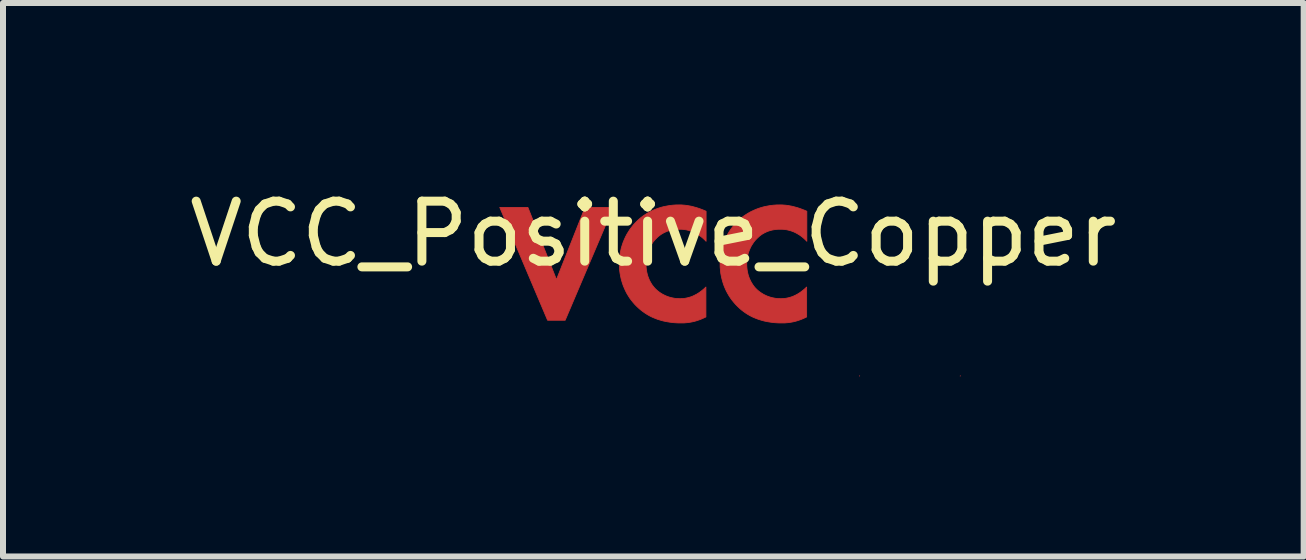
<source format=kicad_pcb>
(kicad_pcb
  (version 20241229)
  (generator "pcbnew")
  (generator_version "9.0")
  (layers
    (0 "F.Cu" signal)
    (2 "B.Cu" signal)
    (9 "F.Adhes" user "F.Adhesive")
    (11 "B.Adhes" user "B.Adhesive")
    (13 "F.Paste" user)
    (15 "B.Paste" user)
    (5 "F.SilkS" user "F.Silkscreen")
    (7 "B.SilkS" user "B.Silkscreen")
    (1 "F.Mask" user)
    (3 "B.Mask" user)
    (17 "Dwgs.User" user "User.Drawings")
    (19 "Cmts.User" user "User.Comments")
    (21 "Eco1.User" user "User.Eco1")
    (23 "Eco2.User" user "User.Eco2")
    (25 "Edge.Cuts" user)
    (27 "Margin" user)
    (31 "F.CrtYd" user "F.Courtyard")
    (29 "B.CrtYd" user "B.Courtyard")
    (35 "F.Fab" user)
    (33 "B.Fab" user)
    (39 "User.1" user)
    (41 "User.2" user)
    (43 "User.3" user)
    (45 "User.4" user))
  (footprint "VCC_Positive_Copper"
    (layer "F.Cu")
    (at 7.839 1.348)
    (property "Reference" "VCC_Positive_Copper" (at 0 -0.5 0) (unlocked yes) (layer "F.SilkS") (effects (font (size 1 1) (thickness 0.15))))
    (fp_poly (pts (xy 3.436 1.87) (xy 3.436 1.868) (xy 3.44 1.866)) (stroke (width 0.013) (type solid)) (fill yes) (layer "F.Cu"))
    (fp_poly (pts (xy 5.115 1.87) (xy 5.115 1.868) (xy 5.119 1.866)) (stroke (width 0.013) (type solid)) (fill yes) (layer "F.Cu"))
    (fp_poly (pts (xy -1.614 0.262) (xy -1.138 -0.941) (xy -0.669 -0.941) (xy -1.469 0.94) (xy -1.762 0.94) (xy -2.559 -0.941) (xy -2.09 -0.941)) (stroke (width 0.013) (type solid)) (fill yes) (layer "F.Cu"))
    (fp_poly (pts (xy 0.452 -0.983) (xy 0.476 -0.982) (xy 0.5 -0.98) (xy 0.525 -0.978) (xy 0.551 -0.975) (xy 0.577 -0.971) (xy 0.604 -0.966) (xy 0.632 -0.961) (xy 0.66 -0.954) (xy 0.689 -0.946) (xy 0.719 -0.938) (xy 0.749 -0.928) (xy 0.781 -0.917) (xy 0.813 -0.905) (xy 0.846 -0.892) (xy 0.88 -0.877) (xy 0.88 -0.376) (xy 0.862 -0.395) (xy 0.842 -0.414) (xy 0.821 -0.433) (xy 0.799 -0.451) (xy 0.776 -0.468) (xy 0.752 -0.485) (xy 0.726 -0.5) (xy 0.699 -0.515) (xy 0.671 -0.529) (xy 0.642 -0.541) (xy 0.611 -0.551) (xy 0.596 -0.556) (xy 0.579 -0.56) (xy 0.563 -0.564) (xy 0.546 -0.568) (xy 0.529 -0.57) (xy 0.512 -0.573) (xy 0.494 -0.575) (xy 0.476 -0.576) (xy 0.458 -0.577) (xy 0.439 -0.577) (xy 0.41 -0.577) (xy 0.381 -0.575) (xy 0.353 -0.572) (xy 0.326 -0.568) (xy 0.299 -0.563) (xy 0.274 -0.556) (xy 0.249 -0.549) (xy 0.224 -0.54) (xy 0.201 -0.53) (xy 0.178 -0.519) (xy 0.156 -0.507) (xy 0.134 -0.494) (xy 0.113 -0.479) (xy 0.093 -0.464) (xy 0.073 -0.447) (xy 0.055 -0.429) (xy 0.035 -0.409) (xy 0.017 -0.389) (xy -0.001 -0.367) (xy -0.018 -0.343) (xy -0.033 -0.319) (xy -0.048 -0.294) (xy -0.061 -0.268) (xy -0.073 -0.241) (xy -0.084 -0.213) (xy -0.094 -0.185) (xy -0.102 -0.155) (xy -0.109 -0.125) (xy -0.115 -0.093) (xy -0.119 -0.061) (xy -0.121 -0.029) (xy -0.122 0.005) (xy -0.121 0.04) (xy -0.118 0.075) (xy -0.114 0.108) (xy -0.108 0.14) (xy -0.101 0.17) (xy -0.093 0.199) (xy -0.083 0.227) (xy -0.072 0.254) (xy -0.061 0.279) (xy -0.048 0.303) (xy -0.035 0.326) (xy -0.021 0.348) (xy -0.006 0.368) (xy 0.009 0.387) (xy 0.025 0.405) (xy 0.04 0.421) (xy 0.049 0.429) (xy 0.06 0.439) (xy 0.073 0.45) (xy 0.088 0.462) (xy 0.106 0.475) (xy 0.125 0.488) (xy 0.148 0.502) (xy 0.172 0.515) (xy 0.185 0.521) (xy 0.198 0.528) (xy 0.213 0.534) (xy 0.227 0.54) (xy 0.242 0.545) (xy 0.258 0.551) (xy 0.275 0.556) (xy 0.291 0.56) (xy 0.309 0.565) (xy 0.327 0.568) (xy 0.345 0.572) (xy 0.364 0.575) (xy 0.384 0.577) (xy 0.404 0.578) (xy 0.425 0.579) (xy 0.446 0.58) (xy 0.468 0.579) (xy 0.49 0.578) (xy 0.514 0.576) (xy 0.538 0.572) (xy 0.563 0.567) (xy 0.588 0.561) (xy 0.615 0.553) (xy 0.642 0.544) (xy 0.669 0.532) (xy 0.697 0.518) (xy 0.726 0.503) (xy 0.755 0.485) (xy 0.785 0.464) (xy 0.815 0.441) (xy 0.846 0.415) (xy 0.877 0.386) (xy 0.877 0.885) (xy 0.849 0.898) (xy 0.819 0.912) (xy 0.79 0.924) (xy 0.761 0.935) (xy 0.733 0.944) (xy 0.705 0.953) (xy 0.678 0.96) (xy 0.652 0.966) (xy 0.626 0.971) (xy 0.601 0.975) (xy 0.577 0.979) (xy 0.553 0.981) (xy 0.507 0.985) (xy 0.464 0.985) (xy 0.4 0.984) (xy 0.339 0.98) (xy 0.281 0.973) (xy 0.225 0.964) (xy 0.171 0.953) (xy 0.12 0.939) (xy 0.07 0.924) (xy 0.024 0.906) (xy -0.021 0.887) (xy -0.063 0.866) (xy -0.103 0.843) (xy -0.141 0.819) (xy -0.177 0.793) (xy -0.211 0.767) (xy -0.243 0.739) (xy -0.274 0.71) (xy -0.305 0.679) (xy -0.335 0.645) (xy -0.363 0.61) (xy -0.391 0.573) (xy -0.416 0.534) (xy -0.441 0.493) (xy -0.463 0.45) (xy -0.483 0.406) (xy -0.502 0.36) (xy -0.518 0.312) (xy -0.533 0.263) (xy -0.544 0.213) (xy -0.554 0.161) (xy -0.561 0.108) (xy -0.565 0.053) (xy -0.566 -0.002) (xy -0.565 -0.058) (xy -0.561 -0.112) (xy -0.554 -0.165) (xy -0.544 -0.216) (xy -0.533 -0.266) (xy -0.518 -0.315) (xy -0.502 -0.362) (xy -0.483 -0.407) (xy -0.463 -0.451) (xy -0.441 -0.493) (xy -0.416 -0.534) (xy -0.391 -0.573) (xy -0.363 -0.61) (xy -0.335 -0.646) (xy -0.305 -0.679) (xy -0.274 -0.711) (xy -0.242 -0.741) (xy -0.208 -0.77) (xy -0.172 -0.797) (xy -0.135 -0.822) (xy -0.096 -0.846) (xy -0.056 -0.869) (xy -0.014 -0.889) (xy 0.03 -0.908) (xy 0.075 -0.925) (xy 0.121 -0.94) (xy 0.169 -0.953) (xy 0.219 -0.963) (xy 0.269 -0.972) (xy 0.321 -0.978) (xy 0.374 -0.982) (xy 0.429 -0.983)) (stroke (width 0.013) (type solid)) (fill yes) (layer "F.Cu"))
    (fp_poly (pts (xy 2.131 -0.983) (xy 2.155 -0.982) (xy 2.18 -0.98) (xy 2.205 -0.978) (xy 2.23 -0.975) (xy 2.257 -0.971) (xy 2.283 -0.966) (xy 2.311 -0.961) (xy 2.339 -0.954) (xy 2.368 -0.946) (xy 2.398 -0.938) (xy 2.429 -0.928) (xy 2.46 -0.917) (xy 2.492 -0.905) (xy 2.525 -0.892) (xy 2.559 -0.877) (xy 2.559 -0.376) (xy 2.541 -0.395) (xy 2.521 -0.414) (xy 2.5 -0.433) (xy 2.478 -0.451) (xy 2.455 -0.468) (xy 2.431 -0.485) (xy 2.405 -0.5) (xy 2.379 -0.515) (xy 2.35 -0.529) (xy 2.321 -0.541) (xy 2.291 -0.551) (xy 2.275 -0.556) (xy 2.259 -0.56) (xy 2.242 -0.564) (xy 2.226 -0.568) (xy 2.208 -0.57) (xy 2.191 -0.573) (xy 2.173 -0.575) (xy 2.155 -0.576) (xy 2.137 -0.577) (xy 2.118 -0.577) (xy 2.089 -0.577) (xy 2.06 -0.575) (xy 2.032 -0.572) (xy 2.005 -0.568) (xy 1.979 -0.563) (xy 1.953 -0.556) (xy 1.928 -0.549) (xy 1.904 -0.54) (xy 1.88 -0.53) (xy 1.857 -0.519) (xy 1.835 -0.507) (xy 1.813 -0.494) (xy 1.792 -0.479) (xy 1.772 -0.464) (xy 1.753 -0.447) (xy 1.734 -0.429) (xy 1.714 -0.409) (xy 1.696 -0.389) (xy 1.678 -0.367) (xy 1.662 -0.343) (xy 1.646 -0.319) (xy 1.631 -0.294) (xy 1.618 -0.268) (xy 1.606 -0.241) (xy 1.595 -0.213) (xy 1.585 -0.185) (xy 1.577 -0.155) (xy 1.57 -0.125) (xy 1.565 -0.093) (xy 1.561 -0.061) (xy 1.558 -0.029) (xy 1.557 0.005) (xy 1.558 0.04) (xy 1.561 0.075) (xy 1.565 0.108) (xy 1.571 0.14) (xy 1.578 0.17) (xy 1.586 0.199) (xy 1.596 0.227) (xy 1.607 0.254) (xy 1.619 0.279) (xy 1.631 0.303) (xy 1.645 0.326) (xy 1.659 0.348) (xy 1.673 0.368) (xy 1.688 0.387) (xy 1.704 0.405) (xy 1.72 0.421) (xy 1.728 0.429) (xy 1.739 0.439) (xy 1.752 0.45) (xy 1.767 0.462) (xy 1.785 0.475) (xy 1.805 0.488) (xy 1.827 0.502) (xy 1.851 0.515) (xy 1.864 0.521) (xy 1.878 0.528) (xy 1.892 0.534) (xy 1.906 0.54) (xy 1.922 0.545) (xy 1.938 0.551) (xy 1.954 0.556) (xy 1.971 0.56) (xy 1.988 0.565) (xy 2.006 0.568) (xy 2.025 0.572) (xy 2.044 0.575) (xy 2.063 0.577) (xy 2.083 0.578) (xy 2.104 0.579) (xy 2.125 0.58) (xy 2.147 0.579) (xy 2.169 0.578) (xy 2.193 0.576) (xy 2.217 0.572) (xy 2.242 0.567) (xy 2.267 0.561) (xy 2.294 0.553) (xy 2.321 0.544) (xy 2.348 0.532) (xy 2.377 0.518) (xy 2.405 0.503) (xy 2.434 0.485) (xy 2.464 0.464) (xy 2.494 0.441) (xy 2.525 0.415) (xy 2.556 0.386) (xy 2.556 0.885) (xy 2.529 0.898) (xy 2.498 0.912) (xy 2.469 0.924) (xy 2.44 0.935) (xy 2.412 0.944) (xy 2.384 0.953) (xy 2.358 0.96) (xy 2.331 0.966) (xy 2.306 0.971) (xy 2.281 0.975) (xy 2.256 0.979) (xy 2.232 0.981) (xy 2.187 0.985) (xy 2.143 0.985) (xy 2.079 0.984) (xy 2.018 0.98) (xy 1.96 0.973) (xy 1.904 0.964) (xy 1.85 0.953) (xy 1.799 0.939) (xy 1.75 0.924) (xy 1.703 0.906) (xy 1.658 0.887) (xy 1.616 0.866) (xy 1.576 0.843) (xy 1.538 0.819) (xy 1.502 0.793) (xy 1.468 0.767) (xy 1.436 0.739) (xy 1.406 0.71) (xy 1.375 0.679) (xy 1.345 0.645) (xy 1.316 0.61) (xy 1.289 0.573) (xy 1.263 0.534) (xy 1.239 0.493) (xy 1.216 0.45) (xy 1.196 0.406) (xy 1.177 0.36) (xy 1.161 0.312) (xy 1.147 0.263) (xy 1.135 0.213) (xy 1.125 0.161) (xy 1.119 0.108) (xy 1.114 0.053) (xy 1.113 -0.002) (xy 1.114 -0.058) (xy 1.119 -0.112) (xy 1.125 -0.165) (xy 1.135 -0.216) (xy 1.147 -0.266) (xy 1.161 -0.315) (xy 1.177 -0.362) (xy 1.196 -0.407) (xy 1.216 -0.451) (xy 1.239 -0.493) (xy 1.263 -0.534) (xy 1.289 -0.573) (xy 1.316 -0.61) (xy 1.345 -0.646) (xy 1.375 -0.679) (xy 1.406 -0.711) (xy 1.438 -0.741) (xy 1.471 -0.77) (xy 1.507 -0.797) (xy 1.544 -0.822) (xy 1.583 -0.846) (xy 1.624 -0.869) (xy 1.666 -0.889) (xy 1.709 -0.908) (xy 1.754 -0.925) (xy 1.801 -0.94) (xy 1.849 -0.953) (xy 1.898 -0.963) (xy 1.948 -0.972) (xy 2 -0.978) (xy 2.053 -0.982) (xy 2.108 -0.983)) (stroke (width 0.013) (type solid)) (fill yes) (layer "F.Cu")))
  (gr_rect
    (start -3 -3)
    (end 18.679 6.225)
    (stroke (width 0.1) (type default))
    (fill no)
    (layer "Edge.Cuts")))
</source>
